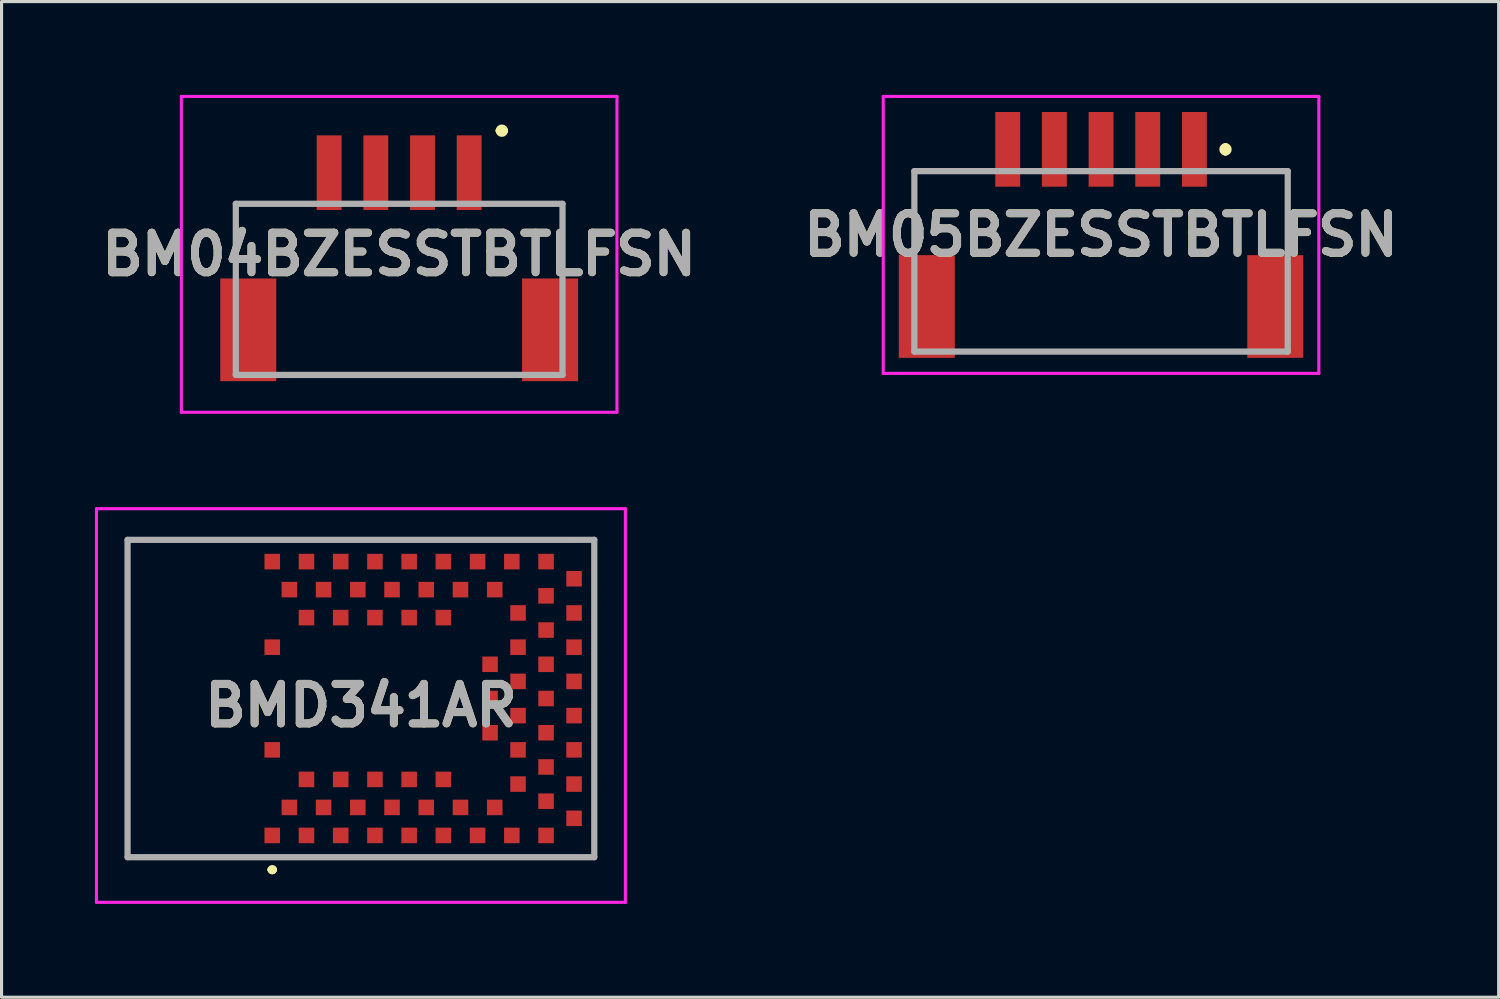
<source format=kicad_pcb>
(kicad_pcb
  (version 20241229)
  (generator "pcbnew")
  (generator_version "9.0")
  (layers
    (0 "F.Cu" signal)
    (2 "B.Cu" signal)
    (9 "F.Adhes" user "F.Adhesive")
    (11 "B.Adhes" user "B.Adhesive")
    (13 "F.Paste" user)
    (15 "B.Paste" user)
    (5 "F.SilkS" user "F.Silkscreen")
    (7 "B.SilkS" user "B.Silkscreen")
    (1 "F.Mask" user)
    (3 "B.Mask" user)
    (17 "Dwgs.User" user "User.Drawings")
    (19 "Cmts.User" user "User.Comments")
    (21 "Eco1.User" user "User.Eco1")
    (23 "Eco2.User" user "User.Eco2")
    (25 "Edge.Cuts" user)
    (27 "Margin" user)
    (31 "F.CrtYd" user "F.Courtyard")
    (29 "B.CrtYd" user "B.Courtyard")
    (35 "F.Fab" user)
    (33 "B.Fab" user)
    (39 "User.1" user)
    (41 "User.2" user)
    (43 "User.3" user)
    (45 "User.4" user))
  (footprint "BM05BZESSTBTLFSN"
    (layer "F.Cu")
    (at 32.337 4.95)
    (property "Reference" "BM05BZESSTBTLFSN" (at 0 -0.45 0) (layer "F.SilkS") (effects (font (size 1.27 1.27) (thickness 0.254))))
    (attr smd)
    (fp_line (start -6 -2.5) (end -6 -0.7) (stroke (width 0.1) (type solid)) (layer "F.SilkS"))
    (fp_line (start -4 -2.5) (end -6 -2.5) (stroke (width 0.1) (type solid)) (layer "F.SilkS"))
    (fp_line (start -4 3.3) (end 4 3.3) (stroke (width 0.1) (type solid)) (layer "F.SilkS"))
    (fp_line (start 4 -3.3) (end 4 -3.3) (stroke (width 0.2) (type solid)) (layer "F.SilkS"))
    (fp_line (start 4 -3.1) (end 4 -3.1) (stroke (width 0.2) (type solid)) (layer "F.SilkS"))
    (fp_line (start 4 -2.5) (end 6 -2.5) (stroke (width 0.1) (type solid)) (layer "F.SilkS"))
    (fp_line (start 6 -2.5) (end 6 -0.7) (stroke (width 0.1) (type solid)) (layer "F.SilkS"))
    (fp_arc (start 4 -3.3) (mid 4.1 -3.2) (end 4 -3.1) (stroke (width 0.2) (type solid)) (layer "F.SilkS"))
    (fp_arc (start 4 -3.1) (mid 3.9 -3.2) (end 4 -3.3) (stroke (width 0.2) (type solid)) (layer "F.SilkS"))
    (fp_line (start -7 -4.9) (end 7 -4.9) (stroke (width 0.1) (type solid)) (layer "F.CrtYd"))
    (fp_line (start -7 4) (end -7 -4.9) (stroke (width 0.1) (type solid)) (layer "F.CrtYd"))
    (fp_line (start 7 -4.9) (end 7 4) (stroke (width 0.1) (type solid)) (layer "F.CrtYd"))
    (fp_line (start 7 4) (end -7 4) (stroke (width 0.1) (type solid)) (layer "F.CrtYd"))
    (fp_line (start -6 -2.5) (end 6 -2.5) (stroke (width 0.2) (type solid)) (layer "F.Fab"))
    (fp_line (start -6 3.3) (end -6 -2.5) (stroke (width 0.2) (type solid)) (layer "F.Fab"))
    (fp_line (start 6 -2.5) (end 6 3.3) (stroke (width 0.2) (type solid)) (layer "F.Fab"))
    (fp_line (start 6 3.3) (end -6 3.3) (stroke (width 0.2) (type solid)) (layer "F.Fab"))
    (fp_text user "${REFERENCE}" (at 0 -0.45 0) (layer "F.Fab") (effects (font (size 1.27 1.27) (thickness 0.254))))
    (pad "1" smd rect (at 3 -3.2) (size 0.8 2.4) (layers "F.Cu" "F.Mask" "F.Paste"))
    (pad "2" smd rect (at 1.5 -3.2) (size 0.8 2.4) (layers "F.Cu" "F.Mask" "F.Paste"))
    (pad "3" smd rect (at 0 -3.2) (size 0.8 2.4) (layers "F.Cu" "F.Mask" "F.Paste"))
    (pad "4" smd rect (at -1.5 -3.2) (size 0.8 2.4) (layers "F.Cu" "F.Mask" "F.Paste"))
    (pad "5" smd rect (at -3 -3.2) (size 0.8 2.4) (layers "F.Cu" "F.Mask" "F.Paste"))
    (pad "MP1" smd rect (at 5.6 1.85) (size 1.8 3.3) (layers "F.Cu" "F.Mask" "F.Paste"))
    (pad "MP2" smd rect (at -5.6 1.85) (size 1.8 3.3) (layers "F.Cu" "F.Mask" "F.Paste")))
  (footprint "BMD341AR"
    (layer "F.Cu")
    (at 8.55 19.4)
    (property "Reference" "BMD341AR" (at 0 0.225 0) (layer "F.SilkS") (effects (font (size 1.27 1.27) (thickness 0.254))))
    (attr smd)
    (fp_line (start -7.5 -5.1) (end -7.5 5.1) (stroke (width 0.1) (type solid)) (layer "F.SilkS"))
    (fp_line (start -7.5 5.1) (end 7.5 5.1) (stroke (width 0.1) (type solid)) (layer "F.SilkS"))
    (fp_line (start -2.9 5.5) (end -2.9 5.5) (stroke (width 0.2) (type solid)) (layer "F.SilkS"))
    (fp_line (start -2.9 5.5) (end -2.9 5.5) (stroke (width 0.2) (type solid)) (layer "F.SilkS"))
    (fp_line (start -2.8 5.5) (end -2.8 5.5) (stroke (width 0.2) (type solid)) (layer "F.SilkS"))
    (fp_line (start 7.5 -5.1) (end -7.5 -5.1) (stroke (width 0.1) (type solid)) (layer "F.SilkS"))
    (fp_line (start 7.5 5.1) (end 7.5 -5.1) (stroke (width 0.1) (type solid)) (layer "F.SilkS"))
    (fp_arc (start -2.9 5.5) (mid -2.85 5.45) (end -2.8 5.5) (stroke (width 0.2) (type solid)) (layer "F.SilkS"))
    (fp_arc (start -2.8 5.5) (mid -2.85 5.55) (end -2.9 5.5) (stroke (width 0.2) (type solid)) (layer "F.SilkS"))
    (fp_arc (start -2.8 5.5) (mid -2.85 5.55) (end -2.9 5.5) (stroke (width 0.2) (type solid)) (layer "F.SilkS"))
    (fp_line (start -8.5 -6.1) (end 8.5 -6.1) (stroke (width 0.1) (type solid)) (layer "F.CrtYd"))
    (fp_line (start -8.5 6.55) (end -8.5 -6.1) (stroke (width 0.1) (type solid)) (layer "F.CrtYd"))
    (fp_line (start 8.5 -6.1) (end 8.5 6.55) (stroke (width 0.1) (type solid)) (layer "F.CrtYd"))
    (fp_line (start 8.5 6.55) (end -8.5 6.55) (stroke (width 0.1) (type solid)) (layer "F.CrtYd"))
    (fp_line (start -7.5 -5.1) (end 7.5 -5.1) (stroke (width 0.2) (type solid)) (layer "F.Fab"))
    (fp_line (start -7.5 5.1) (end -7.5 -5.1) (stroke (width 0.2) (type solid)) (layer "F.Fab"))
    (fp_line (start 7.5 -5.1) (end 7.5 5.1) (stroke (width 0.2) (type solid)) (layer "F.Fab"))
    (fp_line (start 7.5 5.1) (end -7.5 5.1) (stroke (width 0.2) (type solid)) (layer "F.Fab"))
    (fp_text user "${REFERENCE}" (at 0 0.225 0) (layer "F.Fab") (effects (font (size 1.27 1.27) (thickness 0.254))))
    (pad "1" smd rect (at -2.85 4.4 90) (size 0.5 0.5) (layers "F.Cu" "F.Mask" "F.Paste"))
    (pad "2" smd rect (at -2.3 3.5 90) (size 0.5 0.5) (layers "F.Cu" "F.Mask" "F.Paste"))
    (pad "3" smd rect (at -1.75 4.4 90) (size 0.5 0.5) (layers "F.Cu" "F.Mask" "F.Paste"))
    (pad "4" smd rect (at -1.2 3.5 90) (size 0.5 0.5) (layers "F.Cu" "F.Mask" "F.Paste"))
    (pad "5" smd rect (at -0.65 4.4 90) (size 0.5 0.5) (layers "F.Cu" "F.Mask" "F.Paste"))
    (pad "6" smd rect (at -0.1 3.5 90) (size 0.5 0.5) (layers "F.Cu" "F.Mask" "F.Paste"))
    (pad "7" smd rect (at 0.45 4.4 90) (size 0.5 0.5) (layers "F.Cu" "F.Mask" "F.Paste"))
    (pad "8" smd rect (at 1 3.5 90) (size 0.5 0.5) (layers "F.Cu" "F.Mask" "F.Paste"))
    (pad "9" smd rect (at 1.55 4.4 90) (size 0.5 0.5) (layers "F.Cu" "F.Mask" "F.Paste"))
    (pad "10" smd rect (at 2.1 3.5 90) (size 0.5 0.5) (layers "F.Cu" "F.Mask" "F.Paste"))
    (pad "11" smd rect (at 2.65 4.4 90) (size 0.5 0.5) (layers "F.Cu" "F.Mask" "F.Paste"))
    (pad "12" smd rect (at 3.2 3.5 90) (size 0.5 0.5) (layers "F.Cu" "F.Mask" "F.Paste"))
    (pad "13" smd rect (at 3.75 4.4 90) (size 0.5 0.5) (layers "F.Cu" "F.Mask" "F.Paste"))
    (pad "14" smd rect (at 4.3 3.5 90) (size 0.5 0.5) (layers "F.Cu" "F.Mask" "F.Paste"))
    (pad "15" smd rect (at 4.85 4.4 90) (size 0.5 0.5) (layers "F.Cu" "F.Mask" "F.Paste"))
    (pad "16" smd rect (at 5.95 4.4 90) (size 0.5 0.5) (layers "F.Cu" "F.Mask" "F.Paste"))
    (pad "17" smd rect (at 5.95 3.3 90) (size 0.5 0.5) (layers "F.Cu" "F.Mask" "F.Paste"))
    (pad "18" smd rect (at 5.05 2.75 90) (size 0.5 0.5) (layers "F.Cu" "F.Mask" "F.Paste"))
    (pad "19" smd rect (at 5.95 2.2 90) (size 0.5 0.5) (layers "F.Cu" "F.Mask" "F.Paste"))
    (pad "20" smd rect (at 5.05 1.65 90) (size 0.5 0.5) (layers "F.Cu" "F.Mask" "F.Paste"))
    (pad "21" smd rect (at 5.95 1.1 90) (size 0.5 0.5) (layers "F.Cu" "F.Mask" "F.Paste"))
    (pad "22" smd rect (at 5.05 0.55 90) (size 0.5 0.5) (layers "F.Cu" "F.Mask" "F.Paste"))
    (pad "23" smd rect (at 5.95 0 90) (size 0.5 0.5) (layers "F.Cu" "F.Mask" "F.Paste"))
    (pad "24" smd rect (at 5.05 -0.55 90) (size 0.5 0.5) (layers "F.Cu" "F.Mask" "F.Paste"))
    (pad "25" smd rect (at 5.95 -1.1 90) (size 0.5 0.5) (layers "F.Cu" "F.Mask" "F.Paste"))
    (pad "26" smd rect (at 5.05 -1.65 90) (size 0.5 0.5) (layers "F.Cu" "F.Mask" "F.Paste"))
    (pad "27" smd rect (at 5.95 -2.2 90) (size 0.5 0.5) (layers "F.Cu" "F.Mask" "F.Paste"))
    (pad "28" smd rect (at 5.05 -2.75 90) (size 0.5 0.5) (layers "F.Cu" "F.Mask" "F.Paste"))
    (pad "29" smd rect (at 5.95 -3.3 90) (size 0.5 0.5) (layers "F.Cu" "F.Mask" "F.Paste"))
    (pad "30" smd rect (at 5.95 -4.4 90) (size 0.5 0.5) (layers "F.Cu" "F.Mask" "F.Paste"))
    (pad "31" smd rect (at 4.85 -4.4 90) (size 0.5 0.5) (layers "F.Cu" "F.Mask" "F.Paste"))
    (pad "32" smd rect (at 4.3 -3.5 90) (size 0.5 0.5) (layers "F.Cu" "F.Mask" "F.Paste"))
    (pad "33" smd rect (at 3.75 -4.4 90) (size 0.5 0.5) (layers "F.Cu" "F.Mask" "F.Paste"))
    (pad "34" smd rect (at 3.2 -3.5 90) (size 0.5 0.5) (layers "F.Cu" "F.Mask" "F.Paste"))
    (pad "35" smd rect (at 2.65 -4.4 90) (size 0.5 0.5) (layers "F.Cu" "F.Mask" "F.Paste"))
    (pad "36" smd rect (at 2.1 -3.5 90) (size 0.5 0.5) (layers "F.Cu" "F.Mask" "F.Paste"))
    (pad "37" smd rect (at 1.55 -4.4 90) (size 0.5 0.5) (layers "F.Cu" "F.Mask" "F.Paste"))
    (pad "38" smd rect (at 1 -3.5 90) (size 0.5 0.5) (layers "F.Cu" "F.Mask" "F.Paste"))
    (pad "39" smd rect (at 0.45 -4.4 90) (size 0.5 0.5) (layers "F.Cu" "F.Mask" "F.Paste"))
    (pad "40" smd rect (at -0.1 -3.5 90) (size 0.5 0.5) (layers "F.Cu" "F.Mask" "F.Paste"))
    (pad "41" smd rect (at -0.65 -4.4 90) (size 0.5 0.5) (layers "F.Cu" "F.Mask" "F.Paste"))
    (pad "42" smd rect (at -1.2 -3.5 90) (size 0.5 0.5) (layers "F.Cu" "F.Mask" "F.Paste"))
    (pad "43" smd rect (at -1.75 -4.4 90) (size 0.5 0.5) (layers "F.Cu" "F.Mask" "F.Paste"))
    (pad "44" smd rect (at -2.3 -3.5 90) (size 0.5 0.5) (layers "F.Cu" "F.Mask" "F.Paste"))
    (pad "45" smd rect (at -2.85 -4.4 90) (size 0.5 0.5) (layers "F.Cu" "F.Mask" "F.Paste"))
    (pad "46" smd rect (at -2.85 -1.65 90) (size 0.5 0.5) (layers "F.Cu" "F.Mask" "F.Paste"))
    (pad "47" smd rect (at -2.85 1.65 90) (size 0.5 0.5) (layers "F.Cu" "F.Mask" "F.Paste"))
    (pad "48" smd rect (at -1.75 2.6 90) (size 0.5 0.5) (layers "F.Cu" "F.Mask" "F.Paste"))
    (pad "49" smd rect (at -0.65 2.6 90) (size 0.5 0.5) (layers "F.Cu" "F.Mask" "F.Paste"))
    (pad "50" smd rect (at 0.45 2.6 90) (size 0.5 0.5) (layers "F.Cu" "F.Mask" "F.Paste"))
    (pad "51" smd rect (at 1.55 2.6 90) (size 0.5 0.5) (layers "F.Cu" "F.Mask" "F.Paste"))
    (pad "52" smd rect (at 2.65 2.6 90) (size 0.5 0.5) (layers "F.Cu" "F.Mask" "F.Paste"))
    (pad "53" smd rect (at 4.15 1.1 90) (size 0.5 0.5) (layers "F.Cu" "F.Mask" "F.Paste"))
    (pad "54" smd rect (at 4.15 0 90) (size 0.5 0.5) (layers "F.Cu" "F.Mask" "F.Paste"))
    (pad "55" smd rect (at 4.15 -1.1 90) (size 0.5 0.5) (layers "F.Cu" "F.Mask" "F.Paste"))
    (pad "56" smd rect (at 2.65 -2.6 90) (size 0.5 0.5) (layers "F.Cu" "F.Mask" "F.Paste"))
    (pad "57" smd rect (at 1.55 -2.6 90) (size 0.5 0.5) (layers "F.Cu" "F.Mask" "F.Paste"))
    (pad "58" smd rect (at 0.45 -2.6 90) (size 0.5 0.5) (layers "F.Cu" "F.Mask" "F.Paste"))
    (pad "59" smd rect (at -0.65 -2.6 90) (size 0.5 0.5) (layers "F.Cu" "F.Mask" "F.Paste"))
    (pad "60" smd rect (at -1.75 -2.6 90) (size 0.5 0.5) (layers "F.Cu" "F.Mask" "F.Paste"))
    (pad "61" smd rect (at 6.85 3.85 90) (size 0.5 0.5) (layers "F.Cu" "F.Mask" "F.Paste"))
    (pad "62" smd rect (at 6.85 2.75 90) (size 0.5 0.5) (layers "F.Cu" "F.Mask" "F.Paste"))
    (pad "63" smd rect (at 6.85 1.65 90) (size 0.5 0.5) (layers "F.Cu" "F.Mask" "F.Paste"))
    (pad "64" smd rect (at 6.85 0.55 90) (size 0.5 0.5) (layers "F.Cu" "F.Mask" "F.Paste"))
    (pad "65" smd rect (at 6.85 -0.55 90) (size 0.5 0.5) (layers "F.Cu" "F.Mask" "F.Paste"))
    (pad "66" smd rect (at 6.85 -1.65 90) (size 0.5 0.5) (layers "F.Cu" "F.Mask" "F.Paste"))
    (pad "67" smd rect (at 6.85 -2.75 90) (size 0.5 0.5) (layers "F.Cu" "F.Mask" "F.Paste"))
    (pad "68" smd rect (at 6.85 -3.85 90) (size 0.5 0.5) (layers "F.Cu" "F.Mask" "F.Paste")))
  (footprint "BM04BZESSTBTLFSN"
    (layer "F.Cu")
    (at 9.779 5.75)
    (property "Reference" "BM04BZESSTBTLFSN" (at 0 -0.625 0) (layer "F.SilkS") (effects (font (size 1.27 1.27) (thickness 0.254))))
    (attr smd)
    (fp_line (start -5.25 -2.25) (end -5.25 3.25) (stroke (width 0.1) (type solid)) (layer "F.SilkS"))
    (fp_line (start -5.25 3.25) (end -4.95 3.25) (stroke (width 0.1) (type solid)) (layer "F.SilkS"))
    (fp_line (start -4.95 3.25) (end -4.95 3.25) (stroke (width 0.1) (type solid)) (layer "F.SilkS"))
    (fp_line (start -2.95 -2.25) (end -5.25 -2.25) (stroke (width 0.1) (type solid)) (layer "F.SilkS"))
    (fp_line (start -2.35 3.25) (end 2.45 3.25) (stroke (width 0.1) (type solid)) (layer "F.SilkS"))
    (fp_line (start 3.05 -2.25) (end 5.25 -2.25) (stroke (width 0.1) (type solid)) (layer "F.SilkS"))
    (fp_line (start 3.2 -4.6) (end 3.2 -4.6) (stroke (width 0.2) (type solid)) (layer "F.SilkS"))
    (fp_line (start 3.4 -4.6) (end 3.4 -4.6) (stroke (width 0.2) (type solid)) (layer "F.SilkS"))
    (fp_line (start 5.25 -2.25) (end 5.25 3.25) (stroke (width 0.1) (type solid)) (layer "F.SilkS"))
    (fp_line (start 5.25 3.25) (end 5.25 3.25) (stroke (width 0.1) (type solid)) (layer "F.SilkS"))
    (fp_arc (start 3.2 -4.6) (mid 3.3 -4.7) (end 3.4 -4.6) (stroke (width 0.2) (type solid)) (layer "F.SilkS"))
    (fp_arc (start 3.4 -4.6) (mid 3.3 -4.5) (end 3.2 -4.6) (stroke (width 0.2) (type solid)) (layer "F.SilkS"))
    (fp_line (start -7 -5.7) (end 7 -5.7) (stroke (width 0.1) (type solid)) (layer "F.CrtYd"))
    (fp_line (start -7 4.45) (end -7 -5.7) (stroke (width 0.1) (type solid)) (layer "F.CrtYd"))
    (fp_line (start 7 -5.7) (end 7 4.45) (stroke (width 0.1) (type solid)) (layer "F.CrtYd"))
    (fp_line (start 7 4.45) (end -7 4.45) (stroke (width 0.1) (type solid)) (layer "F.CrtYd"))
    (fp_line (start -5.25 -2.25) (end 5.25 -2.25) (stroke (width 0.2) (type solid)) (layer "F.Fab"))
    (fp_line (start -5.25 3.25) (end -5.25 -2.25) (stroke (width 0.2) (type solid)) (layer "F.Fab"))
    (fp_line (start 5.25 -2.25) (end 5.25 3.25) (stroke (width 0.2) (type solid)) (layer "F.Fab"))
    (fp_line (start 5.25 3.25) (end -5.25 3.25) (stroke (width 0.2) (type solid)) (layer "F.Fab"))
    (fp_text user "${REFERENCE}" (at 0 -0.625 0) (layer "F.Fab") (effects (font (size 1.27 1.27) (thickness 0.254))))
    (pad "1" smd rect (at 2.25 -3.25) (size 0.8 2.4) (layers "F.Cu" "F.Mask" "F.Paste"))
    (pad "2" smd rect (at 0.75 -3.25) (size 0.8 2.4) (layers "F.Cu" "F.Mask" "F.Paste"))
    (pad "3" smd rect (at -0.75 -3.25) (size 0.8 2.4) (layers "F.Cu" "F.Mask" "F.Paste"))
    (pad "4" smd rect (at -2.25 -3.25) (size 0.8 2.4) (layers "F.Cu" "F.Mask" "F.Paste"))
    (pad "MP1" smd rect (at 4.85 1.8) (size 1.8 3.3) (layers "F.Cu" "F.Mask" "F.Paste"))
    (pad "MP2" smd rect (at -4.85 1.8) (size 1.8 3.3) (layers "F.Cu" "F.Mask" "F.Paste")))
  (gr_rect
    (start -3 -3)
    (end 45.116 29)
    (stroke (width 0.1) (type default))
    (fill no)
    (layer "Edge.Cuts")))
</source>
